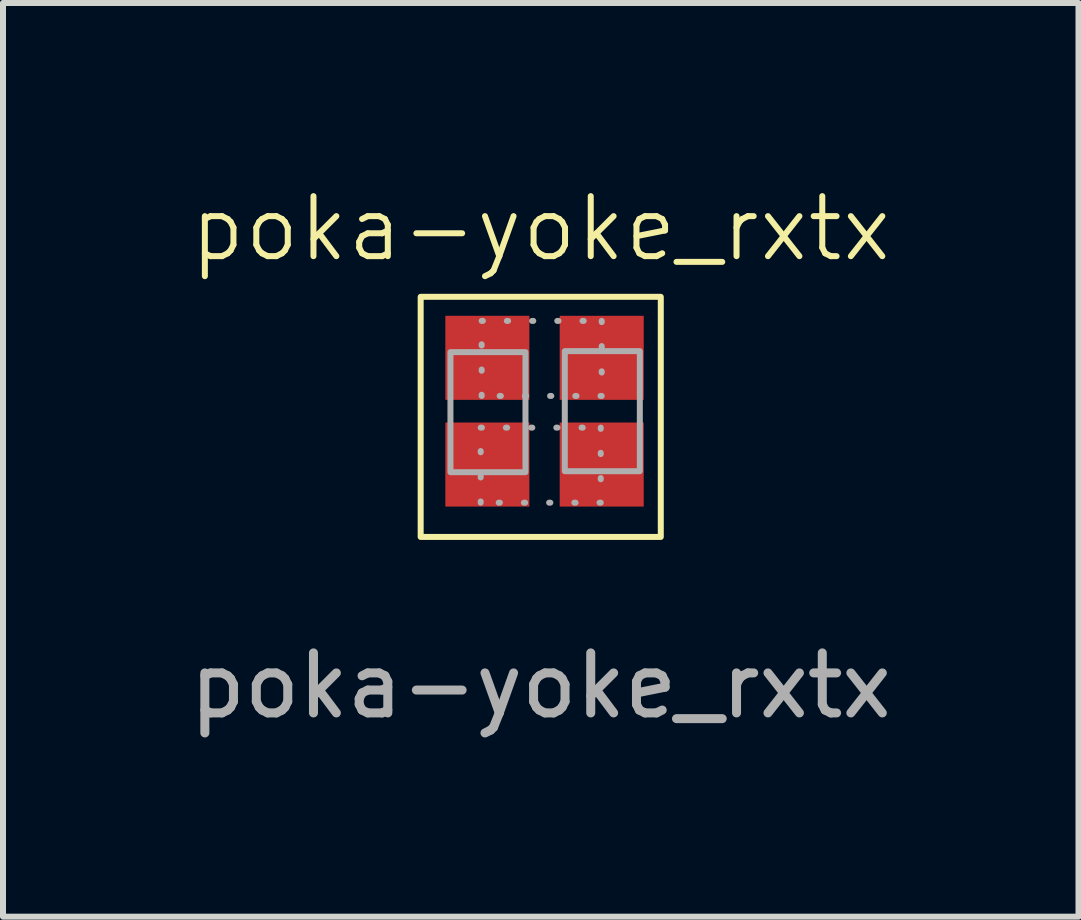
<source format=kicad_pcb>
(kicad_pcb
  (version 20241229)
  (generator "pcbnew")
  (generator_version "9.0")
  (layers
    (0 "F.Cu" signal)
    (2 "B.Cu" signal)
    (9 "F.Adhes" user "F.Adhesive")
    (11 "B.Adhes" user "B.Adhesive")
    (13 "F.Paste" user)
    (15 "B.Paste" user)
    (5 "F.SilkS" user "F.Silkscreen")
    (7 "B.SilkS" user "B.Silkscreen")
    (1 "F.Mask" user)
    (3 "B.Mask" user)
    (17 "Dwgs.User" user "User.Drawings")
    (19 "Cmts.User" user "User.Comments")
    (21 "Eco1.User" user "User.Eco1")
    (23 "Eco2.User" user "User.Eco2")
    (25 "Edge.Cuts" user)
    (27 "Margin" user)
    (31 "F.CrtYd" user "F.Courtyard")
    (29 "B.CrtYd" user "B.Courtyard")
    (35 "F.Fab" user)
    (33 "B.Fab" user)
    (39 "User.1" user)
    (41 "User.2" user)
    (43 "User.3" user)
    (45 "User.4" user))
  (footprint "poka-yoke_rxtx"
    (layer "F.Cu")
    (at 5.958 1.26)
    (property "Reference" "poka-yoke_rxtx" (at 0 -0.5 0) (unlocked yes) (layer "F.SilkS") (effects (font (size 1 1) (thickness 0.1))))
    (fp_rect (start -2 0.635) (end 2 4.635) (stroke (width 0.1) (type default)) (fill no) (layer "F.SilkS"))
    (fp_rect (start -1.504 3.556) (end -0.254 1.556) (stroke (width 0.1) (type default)) (fill no) (layer "F.Fab"))
    (fp_rect (start 0.401 3.54) (end 1.651 1.54) (stroke (width 0.1) (type default)) (fill no) (layer "F.Fab"))
    (fp_rect (start 1 4.064) (end -1 2.814) (stroke (width 0.1) (type dot)) (fill no) (layer "F.Fab"))
    (fp_rect (start 1.016 2.286) (end -0.984 1.036) (stroke (width 0.1) (type dot)) (fill no) (layer "F.Fab"))
    (fp_text user "${REFERENCE}" (at 0 7.112 0) (unlocked yes) (layer "F.Fab") (effects (font (size 1 1) (thickness 0.15))))
    (pad "1" smd rect (at -0.889 1.651) (size 1.4 1.4) (layers "F.Cu" "F.Mask" "F.Paste"))
    (pad "2" smd rect (at -0.889 3.429) (size 1.4 1.4) (layers "F.Cu" "F.Mask" "F.Paste"))
    (pad "3" smd rect (at 1.016 3.429) (size 1.4 1.4) (layers "F.Cu" "F.Mask" "F.Paste"))
    (pad "4" smd rect (at 1.016 1.651) (size 1.4 1.4) (layers "F.Cu" "F.Mask" "F.Paste")))
  (gr_rect
    (start -3 -3)
    (end 14.917 12.221)
    (stroke (width 0.1) (type default))
    (fill no)
    (layer "Edge.Cuts")))
</source>
